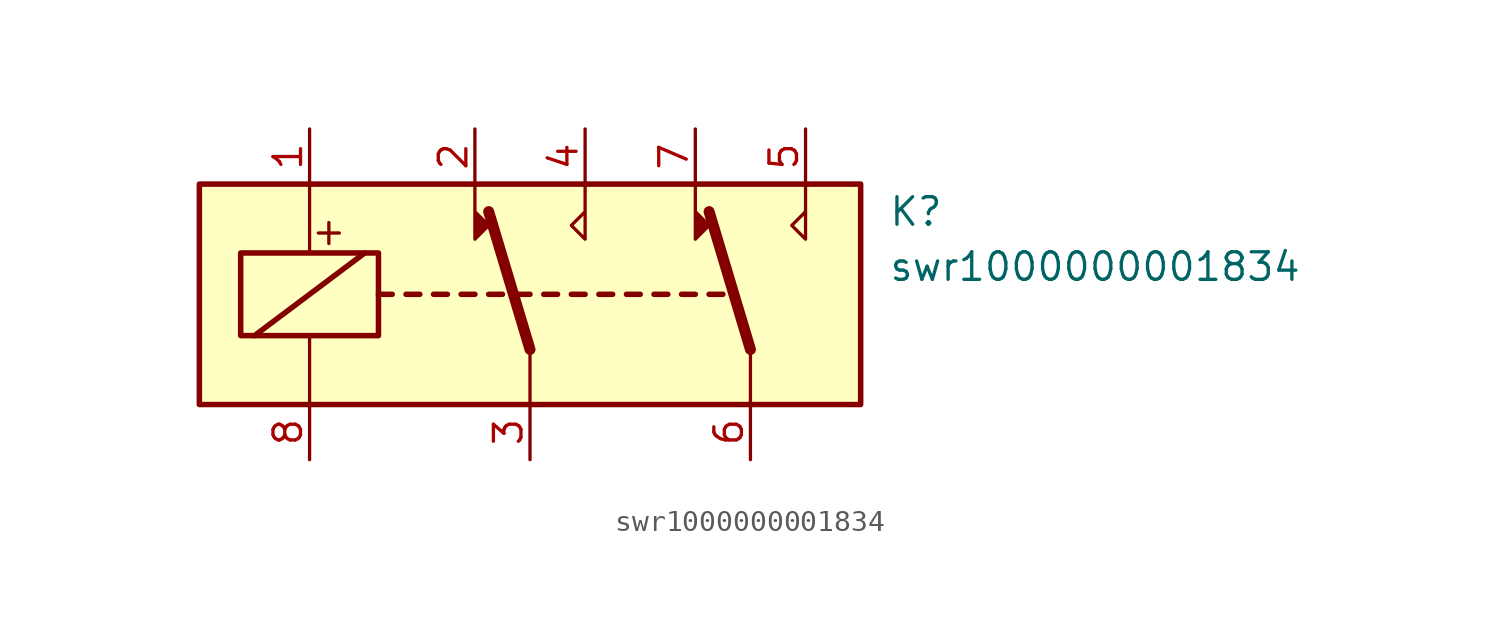
<source format=kicad_sym>
(kicad_symbol_lib
  (version 20211014)
  (generator kicad_symbol_editor)
  (symbol "swr1000000001834"
    (property "Reference" "K"
      (at 16.51 3.81 0)
      (effects (font (size 1.27 1.27)) (justify left)))
    (property "Value" "swr1000000001834"
      (at 16.51 1.27 0)
      (effects (font (size 1.27 1.27)) (justify left)))
    (symbol "swr1000000001834_0_0"
      (text "+" (at -9.271 2.921 0) (effects (font (size 1.27 1.27)))))
    (symbol "swr1000000001834_0_1"
      (rectangle (start -15.24 5.08) (end 15.24 -5.08) (stroke (width 0.254) (type default) (color 0 0 0 0)) (fill (type background)))
      (rectangle (start -13.335 1.905) (end -6.985 -1.905) (stroke (width 0.254) (type default) (color 0 0 0 0)) (fill (type none)))
      (polyline (pts (xy -12.7 -1.905) (xy -7.62 1.905)) (stroke (width 0.254) (type default) (color 0 0 0 0)) (fill (type none)))
      (polyline (pts (xy -10.16 -5.08) (xy -10.16 -1.905)) (stroke (width 0) (type default) (color 0 0 0 0)) (fill (type none)))
      (polyline (pts (xy -10.16 5.08) (xy -10.16 1.905)) (stroke (width 0) (type default) (color 0 0 0 0)) (fill (type none)))
      (polyline (pts (xy -6.985 0) (xy -6.35 0)) (stroke (width 0.254) (type default) (color 0 0 0 0)) (fill (type none)))
      (polyline (pts (xy -5.715 0) (xy -5.08 0)) (stroke (width 0.254) (type default) (color 0 0 0 0)) (fill (type none)))
      (polyline (pts (xy -4.445 0) (xy -3.81 0)) (stroke (width 0.254) (type default) (color 0 0 0 0)) (fill (type none)))
      (polyline (pts (xy -3.175 0) (xy -2.54 0)) (stroke (width 0.254) (type default) (color 0 0 0 0)) (fill (type none)))
      (polyline (pts (xy -1.905 0) (xy -1.27 0)) (stroke (width 0.254) (type default) (color 0 0 0 0)) (fill (type none)))
      (polyline (pts (xy -0.635 0) (xy 0 0)) (stroke (width 0.254) (type default) (color 0 0 0 0)) (fill (type none)))
      (polyline (pts (xy 0 -2.54) (xy -1.905 3.81)) (stroke (width 0.508) (type default) (color 0 0 0 0)) (fill (type none)))
      (polyline (pts (xy 0 -2.54) (xy 0 -5.08)) (stroke (width 0) (type default) (color 0 0 0 0)) (fill (type none)))
      (polyline (pts (xy 0.635 0) (xy 1.27 0)) (stroke (width 0.254) (type default) (color 0 0 0 0)) (fill (type none)))
      (polyline (pts (xy 1.905 0) (xy 2.54 0)) (stroke (width 0.254) (type default) (color 0 0 0 0)) (fill (type none)))
      (polyline (pts (xy 3.175 0) (xy 3.81 0)) (stroke (width 0.254) (type default) (color 0 0 0 0)) (fill (type none)))
      (polyline (pts (xy 4.445 0) (xy 5.08 0)) (stroke (width 0.254) (type default) (color 0 0 0 0)) (fill (type none)))
      (polyline (pts (xy 5.715 0) (xy 6.35 0)) (stroke (width 0.254) (type default) (color 0 0 0 0)) (fill (type none)))
      (polyline (pts (xy 6.985 0) (xy 7.62 0)) (stroke (width 0.254) (type default) (color 0 0 0 0)) (fill (type none)))
      (polyline (pts (xy 8.255 0) (xy 8.89 0)) (stroke (width 0.254) (type default) (color 0 0 0 0)) (fill (type none)))
      (polyline (pts (xy 10.16 -2.54) (xy 8.255 3.81)) (stroke (width 0.508) (type default) (color 0 0 0 0)) (fill (type none)))
      (polyline (pts (xy 10.16 -2.54) (xy 10.16 -5.08)) (stroke (width 0) (type default) (color 0 0 0 0)) (fill (type none)))
      (polyline (pts (xy -2.54 5.08) (xy -2.54 2.54) (xy -1.905 3.175) (xy -2.54 3.81)) (stroke (width 0) (type default) (color 0 0 0 0)) (fill (type outline)))
      (polyline (pts (xy 2.54 5.08) (xy 2.54 2.54) (xy 1.905 3.175) (xy 2.54 3.81)) (stroke (width 0) (type default) (color 0 0 0 0)) (fill (type none)))
      (polyline (pts (xy 7.62 5.08) (xy 7.62 2.54) (xy 8.255 3.175) (xy 7.62 3.81)) (stroke (width 0) (type default) (color 0 0 0 0)) (fill (type outline)))
      (polyline (pts (xy 12.7 5.08) (xy 12.7 2.54) (xy 12.065 3.175) (xy 12.7 3.81)) (stroke (width 0) (type default) (color 0 0 0 0)) (fill (type none))))
    (symbol "swr1000000001834_1_1"
      (pin passive line (at -10.16 7.62 270) (length 2.54) (name "~" (effects (font (size 1.27 1.27)))) (number "1" (effects (font (size 1.27 1.27)))))
      (pin passive line (at -2.54 7.62 270) (length 2.54) (name "~" (effects (font (size 1.27 1.27)))) (number "2" (effects (font (size 1.27 1.27)))))
      (pin passive line (at 0 -7.62 90) (length 2.54) (name "~" (effects (font (size 1.27 1.27)))) (number "3" (effects (font (size 1.27 1.27)))))
      (pin passive line (at 2.54 7.62 270) (length 2.54) (name "~" (effects (font (size 1.27 1.27)))) (number "4" (effects (font (size 1.27 1.27)))))
      (pin passive line (at 12.7 7.62 270) (length 2.54) (name "~" (effects (font (size 1.27 1.27)))) (number "5" (effects (font (size 1.27 1.27)))))
      (pin passive line (at 10.16 -7.62 90) (length 2.54) (name "~" (effects (font (size 1.27 1.27)))) (number "6" (effects (font (size 1.27 1.27)))))
      (pin passive line (at 7.62 7.62 270) (length 2.54) (name "~" (effects (font (size 1.27 1.27)))) (number "7" (effects (font (size 1.27 1.27)))))
      (pin passive line (at -10.16 -7.62 90) (length 2.54) (name "~" (effects (font (size 1.27 1.27)))) (number "8" (effects (font (size 1.27 1.27))))))))
</source>
